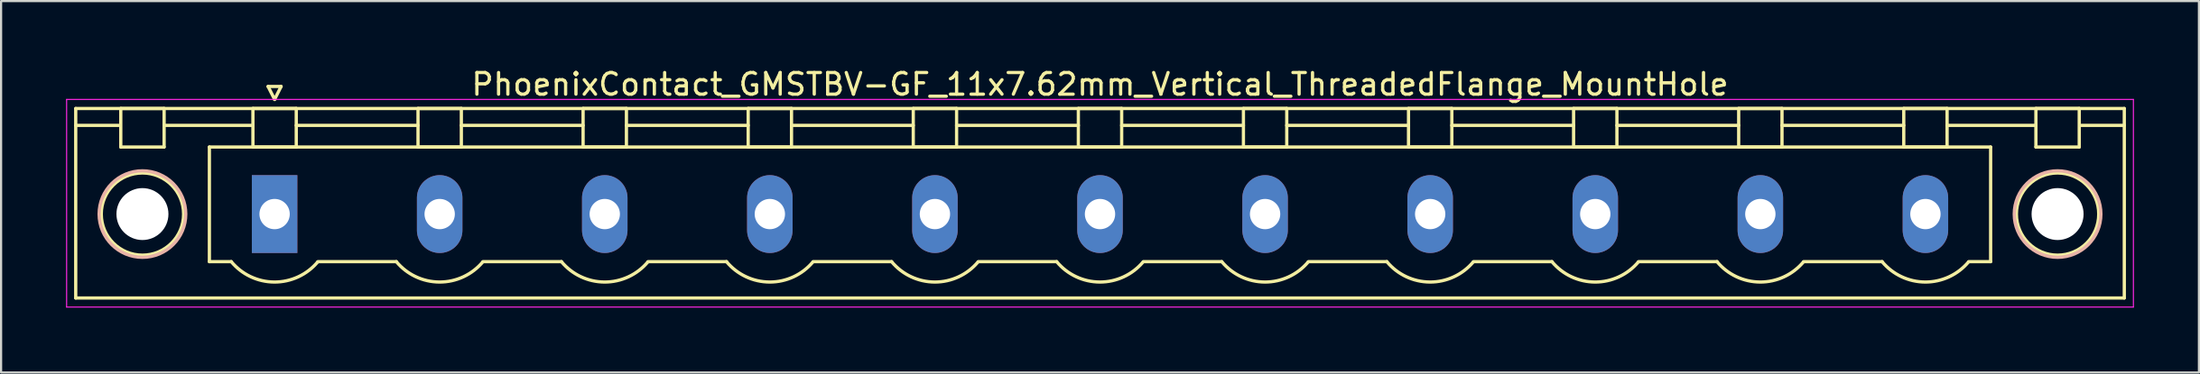
<source format=kicad_pcb>
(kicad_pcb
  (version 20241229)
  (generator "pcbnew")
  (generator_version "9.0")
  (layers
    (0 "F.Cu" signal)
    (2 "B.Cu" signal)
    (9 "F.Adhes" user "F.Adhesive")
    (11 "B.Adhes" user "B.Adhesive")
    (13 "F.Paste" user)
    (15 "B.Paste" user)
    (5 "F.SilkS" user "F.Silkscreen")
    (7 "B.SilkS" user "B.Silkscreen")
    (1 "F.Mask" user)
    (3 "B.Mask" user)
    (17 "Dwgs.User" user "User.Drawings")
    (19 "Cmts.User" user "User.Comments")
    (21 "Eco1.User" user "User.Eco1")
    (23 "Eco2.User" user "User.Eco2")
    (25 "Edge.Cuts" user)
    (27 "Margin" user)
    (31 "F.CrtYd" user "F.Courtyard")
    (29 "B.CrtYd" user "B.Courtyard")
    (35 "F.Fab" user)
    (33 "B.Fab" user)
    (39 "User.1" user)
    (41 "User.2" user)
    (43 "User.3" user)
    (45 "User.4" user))
  (footprint "PhoenixContact_GMSTBV-GF_11x7.62mm_Vertical_ThreadedFlange_MountHole"
    (layer "F.Cu")
    (at 9.625 6.848)
    (property "Reference" "PhoenixContact_GMSTBV-GF_11x7.62mm_Vertical_ThreadedFlange_MountHole" (at 38.1 -6 0) (layer "F.SilkS") (effects (font (size 1 1) (thickness 0.15))))
    (attr through_hole)
    (fp_line (start -9.18 -4.88) (end -9.18 3.88) (stroke (width 0.15) (type solid)) (layer "F.SilkS"))
    (fp_line (start -9.18 -4.1) (end -7.18 -4.1) (stroke (width 0.15) (type solid)) (layer "F.SilkS"))
    (fp_line (start -9.18 3.88) (end 85.38 3.88) (stroke (width 0.15) (type solid)) (layer "F.SilkS"))
    (fp_line (start -7.1 -4.88) (end -5.1 -4.88) (stroke (width 0.15) (type solid)) (layer "F.SilkS"))
    (fp_line (start -7.1 -3.1) (end -7.1 -4.88) (stroke (width 0.15) (type solid)) (layer "F.SilkS"))
    (fp_line (start -5.1 -4.88) (end -5.1 -3.1) (stroke (width 0.15) (type solid)) (layer "F.SilkS"))
    (fp_line (start -5.1 -4.1) (end -1 -4.1) (stroke (width 0.15) (type solid)) (layer "F.SilkS"))
    (fp_line (start -5.1 -3.1) (end -7.1 -3.1) (stroke (width 0.15) (type solid)) (layer "F.SilkS"))
    (fp_line (start -3.01 -3.1) (end 79.21 -3.1) (stroke (width 0.15) (type solid)) (layer "F.SilkS"))
    (fp_line (start -3.01 2.2) (end -3.01 -3.1) (stroke (width 0.15) (type solid)) (layer "F.SilkS"))
    (fp_line (start -2 2.2) (end -3.01 2.2) (stroke (width 0.15) (type solid)) (layer "F.SilkS"))
    (fp_line (start -1 -4.88) (end 1 -4.88) (stroke (width 0.15) (type solid)) (layer "F.SilkS"))
    (fp_line (start -1 -3.1) (end -1 -4.88) (stroke (width 0.15) (type solid)) (layer "F.SilkS"))
    (fp_line (start -0.3 -5.9) (end 0 -5.3) (stroke (width 0.15) (type solid)) (layer "F.SilkS"))
    (fp_line (start 0 -5.3) (end 0.3 -5.9) (stroke (width 0.15) (type solid)) (layer "F.SilkS"))
    (fp_line (start 0.3 -5.9) (end -0.3 -5.9) (stroke (width 0.15) (type solid)) (layer "F.SilkS"))
    (fp_line (start 1 -4.88) (end 1 -3.1) (stroke (width 0.15) (type solid)) (layer "F.SilkS"))
    (fp_line (start 1 -4.1) (end 6.62 -4.1) (stroke (width 0.15) (type solid)) (layer "F.SilkS"))
    (fp_line (start 1 -3.1) (end -1 -3.1) (stroke (width 0.15) (type solid)) (layer "F.SilkS"))
    (fp_line (start 2 2.2) (end 5.62 2.2) (stroke (width 0.15) (type solid)) (layer "F.SilkS"))
    (fp_line (start 6.62 -4.88) (end 8.62 -4.88) (stroke (width 0.15) (type solid)) (layer "F.SilkS"))
    (fp_line (start 6.62 -3.1) (end 6.62 -4.88) (stroke (width 0.15) (type solid)) (layer "F.SilkS"))
    (fp_line (start 8.62 -4.88) (end 8.62 -3.1) (stroke (width 0.15) (type solid)) (layer "F.SilkS"))
    (fp_line (start 8.62 -4.1) (end 14.24 -4.1) (stroke (width 0.15) (type solid)) (layer "F.SilkS"))
    (fp_line (start 8.62 -3.1) (end 6.62 -3.1) (stroke (width 0.15) (type solid)) (layer "F.SilkS"))
    (fp_line (start 9.62 2.2) (end 13.24 2.2) (stroke (width 0.15) (type solid)) (layer "F.SilkS"))
    (fp_line (start 14.24 -4.88) (end 16.24 -4.88) (stroke (width 0.15) (type solid)) (layer "F.SilkS"))
    (fp_line (start 14.24 -3.1) (end 14.24 -4.88) (stroke (width 0.15) (type solid)) (layer "F.SilkS"))
    (fp_line (start 16.24 -4.88) (end 16.24 -3.1) (stroke (width 0.15) (type solid)) (layer "F.SilkS"))
    (fp_line (start 16.24 -4.1) (end 21.86 -4.1) (stroke (width 0.15) (type solid)) (layer "F.SilkS"))
    (fp_line (start 16.24 -3.1) (end 14.24 -3.1) (stroke (width 0.15) (type solid)) (layer "F.SilkS"))
    (fp_line (start 17.24 2.2) (end 20.86 2.2) (stroke (width 0.15) (type solid)) (layer "F.SilkS"))
    (fp_line (start 21.86 -4.88) (end 23.86 -4.88) (stroke (width 0.15) (type solid)) (layer "F.SilkS"))
    (fp_line (start 21.86 -3.1) (end 21.86 -4.88) (stroke (width 0.15) (type solid)) (layer "F.SilkS"))
    (fp_line (start 23.86 -4.88) (end 23.86 -3.1) (stroke (width 0.15) (type solid)) (layer "F.SilkS"))
    (fp_line (start 23.86 -4.1) (end 29.48 -4.1) (stroke (width 0.15) (type solid)) (layer "F.SilkS"))
    (fp_line (start 23.86 -3.1) (end 21.86 -3.1) (stroke (width 0.15) (type solid)) (layer "F.SilkS"))
    (fp_line (start 24.86 2.2) (end 28.48 2.2) (stroke (width 0.15) (type solid)) (layer "F.SilkS"))
    (fp_line (start 29.48 -4.88) (end 31.48 -4.88) (stroke (width 0.15) (type solid)) (layer "F.SilkS"))
    (fp_line (start 29.48 -3.1) (end 29.48 -4.88) (stroke (width 0.15) (type solid)) (layer "F.SilkS"))
    (fp_line (start 31.48 -4.88) (end 31.48 -3.1) (stroke (width 0.15) (type solid)) (layer "F.SilkS"))
    (fp_line (start 31.48 -4.1) (end 37.1 -4.1) (stroke (width 0.15) (type solid)) (layer "F.SilkS"))
    (fp_line (start 31.48 -3.1) (end 29.48 -3.1) (stroke (width 0.15) (type solid)) (layer "F.SilkS"))
    (fp_line (start 32.48 2.2) (end 36.1 2.2) (stroke (width 0.15) (type solid)) (layer "F.SilkS"))
    (fp_line (start 37.1 -4.88) (end 39.1 -4.88) (stroke (width 0.15) (type solid)) (layer "F.SilkS"))
    (fp_line (start 37.1 -3.1) (end 37.1 -4.88) (stroke (width 0.15) (type solid)) (layer "F.SilkS"))
    (fp_line (start 39.1 -4.88) (end 39.1 -3.1) (stroke (width 0.15) (type solid)) (layer "F.SilkS"))
    (fp_line (start 39.1 -4.1) (end 44.72 -4.1) (stroke (width 0.15) (type solid)) (layer "F.SilkS"))
    (fp_line (start 39.1 -3.1) (end 37.1 -3.1) (stroke (width 0.15) (type solid)) (layer "F.SilkS"))
    (fp_line (start 40.1 2.2) (end 43.72 2.2) (stroke (width 0.15) (type solid)) (layer "F.SilkS"))
    (fp_line (start 44.72 -4.88) (end 46.72 -4.88) (stroke (width 0.15) (type solid)) (layer "F.SilkS"))
    (fp_line (start 44.72 -3.1) (end 44.72 -4.88) (stroke (width 0.15) (type solid)) (layer "F.SilkS"))
    (fp_line (start 46.72 -4.88) (end 46.72 -3.1) (stroke (width 0.15) (type solid)) (layer "F.SilkS"))
    (fp_line (start 46.72 -4.1) (end 52.34 -4.1) (stroke (width 0.15) (type solid)) (layer "F.SilkS"))
    (fp_line (start 46.72 -3.1) (end 44.72 -3.1) (stroke (width 0.15) (type solid)) (layer "F.SilkS"))
    (fp_line (start 47.72 2.2) (end 51.34 2.2) (stroke (width 0.15) (type solid)) (layer "F.SilkS"))
    (fp_line (start 52.34 -4.88) (end 54.34 -4.88) (stroke (width 0.15) (type solid)) (layer "F.SilkS"))
    (fp_line (start 52.34 -3.1) (end 52.34 -4.88) (stroke (width 0.15) (type solid)) (layer "F.SilkS"))
    (fp_line (start 54.34 -4.88) (end 54.34 -3.1) (stroke (width 0.15) (type solid)) (layer "F.SilkS"))
    (fp_line (start 54.34 -4.1) (end 59.96 -4.1) (stroke (width 0.15) (type solid)) (layer "F.SilkS"))
    (fp_line (start 54.34 -3.1) (end 52.34 -3.1) (stroke (width 0.15) (type solid)) (layer "F.SilkS"))
    (fp_line (start 55.34 2.2) (end 58.96 2.2) (stroke (width 0.15) (type solid)) (layer "F.SilkS"))
    (fp_line (start 59.96 -4.88) (end 61.96 -4.88) (stroke (width 0.15) (type solid)) (layer "F.SilkS"))
    (fp_line (start 59.96 -3.1) (end 59.96 -4.88) (stroke (width 0.15) (type solid)) (layer "F.SilkS"))
    (fp_line (start 61.96 -4.88) (end 61.96 -3.1) (stroke (width 0.15) (type solid)) (layer "F.SilkS"))
    (fp_line (start 61.96 -4.1) (end 67.58 -4.1) (stroke (width 0.15) (type solid)) (layer "F.SilkS"))
    (fp_line (start 61.96 -3.1) (end 59.96 -3.1) (stroke (width 0.15) (type solid)) (layer "F.SilkS"))
    (fp_line (start 62.96 2.2) (end 66.58 2.2) (stroke (width 0.15) (type solid)) (layer "F.SilkS"))
    (fp_line (start 67.58 -4.88) (end 69.58 -4.88) (stroke (width 0.15) (type solid)) (layer "F.SilkS"))
    (fp_line (start 67.58 -3.1) (end 67.58 -4.88) (stroke (width 0.15) (type solid)) (layer "F.SilkS"))
    (fp_line (start 69.58 -4.88) (end 69.58 -3.1) (stroke (width 0.15) (type solid)) (layer "F.SilkS"))
    (fp_line (start 69.58 -4.1) (end 75.2 -4.1) (stroke (width 0.15) (type solid)) (layer "F.SilkS"))
    (fp_line (start 69.58 -3.1) (end 67.58 -3.1) (stroke (width 0.15) (type solid)) (layer "F.SilkS"))
    (fp_line (start 70.58 2.2) (end 74.2 2.2) (stroke (width 0.15) (type solid)) (layer "F.SilkS"))
    (fp_line (start 75.2 -4.88) (end 77.2 -4.88) (stroke (width 0.15) (type solid)) (layer "F.SilkS"))
    (fp_line (start 75.2 -3.1) (end 75.2 -4.88) (stroke (width 0.15) (type solid)) (layer "F.SilkS"))
    (fp_line (start 77.2 -4.88) (end 77.2 -3.1) (stroke (width 0.15) (type solid)) (layer "F.SilkS"))
    (fp_line (start 77.2 -4.1) (end 81.3 -4.1) (stroke (width 0.15) (type solid)) (layer "F.SilkS"))
    (fp_line (start 77.2 -3.1) (end 75.2 -3.1) (stroke (width 0.15) (type solid)) (layer "F.SilkS"))
    (fp_line (start 79.21 -3.1) (end 79.21 2.2) (stroke (width 0.15) (type solid)) (layer "F.SilkS"))
    (fp_line (start 79.21 2.2) (end 78.2 2.2) (stroke (width 0.15) (type solid)) (layer "F.SilkS"))
    (fp_line (start 81.3 -4.88) (end 83.3 -4.88) (stroke (width 0.15) (type solid)) (layer "F.SilkS"))
    (fp_line (start 81.3 -3.1) (end 81.3 -4.88) (stroke (width 0.15) (type solid)) (layer "F.SilkS"))
    (fp_line (start 83.3 -4.88) (end 83.3 -3.1) (stroke (width 0.15) (type solid)) (layer "F.SilkS"))
    (fp_line (start 83.3 -3.1) (end 81.3 -3.1) (stroke (width 0.15) (type solid)) (layer "F.SilkS"))
    (fp_line (start 85.38 -4.88) (end -9.18 -4.88) (stroke (width 0.15) (type solid)) (layer "F.SilkS"))
    (fp_line (start 85.38 -4.1) (end 83.38 -4.1) (stroke (width 0.15) (type solid)) (layer "F.SilkS"))
    (fp_line (start 85.38 3.88) (end 85.38 -4.88) (stroke (width 0.15) (type solid)) (layer "F.SilkS"))
    (fp_arc (start 1.986842 2.215821) (mid -0.010289 3.142758) (end -2 2.2) (stroke (width 0.15) (type solid)) (layer "F.SilkS"))
    (fp_arc (start 9.606842 2.215821) (mid 7.609711 3.142758) (end 5.62 2.2) (stroke (width 0.15) (type solid)) (layer "F.SilkS"))
    (fp_arc (start 17.226842 2.215821) (mid 15.229711 3.142758) (end 13.24 2.2) (stroke (width 0.15) (type solid)) (layer "F.SilkS"))
    (fp_arc (start 24.846842 2.215821) (mid 22.849711 3.142758) (end 20.86 2.2) (stroke (width 0.15) (type solid)) (layer "F.SilkS"))
    (fp_arc (start 32.466842 2.215821) (mid 30.469711 3.142758) (end 28.48 2.2) (stroke (width 0.15) (type solid)) (layer "F.SilkS"))
    (fp_arc (start 40.086842 2.215821) (mid 38.089711 3.142758) (end 36.1 2.2) (stroke (width 0.15) (type solid)) (layer "F.SilkS"))
    (fp_arc (start 47.706842 2.215821) (mid 45.709711 3.142758) (end 43.72 2.2) (stroke (width 0.15) (type solid)) (layer "F.SilkS"))
    (fp_arc (start 55.326842 2.215821) (mid 53.329711 3.142758) (end 51.34 2.2) (stroke (width 0.15) (type solid)) (layer "F.SilkS"))
    (fp_arc (start 62.946842 2.215821) (mid 60.949711 3.142758) (end 58.96 2.2) (stroke (width 0.15) (type solid)) (layer "F.SilkS"))
    (fp_arc (start 70.566842 2.215821) (mid 68.569711 3.142758) (end 66.58 2.2) (stroke (width 0.15) (type solid)) (layer "F.SilkS"))
    (fp_arc (start 78.186842 2.215821) (mid 76.189711 3.142758) (end 74.2 2.2) (stroke (width 0.15) (type solid)) (layer "F.SilkS"))
    (fp_circle (center -6.1 0) (end -4.2 0) (stroke (width 0.15) (type solid)) (fill no) (layer "F.SilkS"))
    (fp_circle (center 82.3 0) (end 84.2 0) (stroke (width 0.15) (type solid)) (fill no) (layer "F.SilkS"))
    (fp_circle (center -6.1 0) (end -4.1 0) (stroke (width 0.15) (type solid)) (fill no) (layer "B.SilkS"))
    (fp_circle (center 82.3 0) (end 84.3 0) (stroke (width 0.15) (type solid)) (fill no) (layer "B.SilkS"))
    (fp_line (start -9.6 -5.3) (end -9.6 4.3) (stroke (width 0.05) (type solid)) (layer "F.CrtYd"))
    (fp_line (start -9.6 4.3) (end 85.8 4.3) (stroke (width 0.05) (type solid)) (layer "F.CrtYd"))
    (fp_line (start 85.8 -5.3) (end -9.6 -5.3) (stroke (width 0.05) (type solid)) (layer "F.CrtYd"))
    (fp_line (start 85.8 4.3) (end 85.8 -5.3) (stroke (width 0.05) (type solid)) (layer "F.CrtYd"))
    (pad "" np_thru_hole circle (at -6.1 0) (size 2.4 2.4) (drill 2.4) (layers "*.Cu" "*.Mask"))
    (pad "" np_thru_hole circle (at 82.3 0) (size 2.4 2.4) (drill 2.4) (layers "*.Cu" "*.Mask"))
    (pad "1" thru_hole rect (at 0 0) (size 2.1 3.6) (drill 1.4) (layers "*.Cu" "*.Mask"))
    (pad "2" thru_hole oval (at 7.62 0) (size 2.1 3.6) (drill 1.4) (layers "*.Cu" "*.Mask"))
    (pad "3" thru_hole oval (at 15.24 0) (size 2.1 3.6) (drill 1.4) (layers "*.Cu" "*.Mask"))
    (pad "4" thru_hole oval (at 22.86 0) (size 2.1 3.6) (drill 1.4) (layers "*.Cu" "*.Mask"))
    (pad "5" thru_hole oval (at 30.48 0) (size 2.1 3.6) (drill 1.4) (layers "*.Cu" "*.Mask"))
    (pad "6" thru_hole oval (at 38.1 0) (size 2.1 3.6) (drill 1.4) (layers "*.Cu" "*.Mask"))
    (pad "7" thru_hole oval (at 45.72 0) (size 2.1 3.6) (drill 1.4) (layers "*.Cu" "*.Mask"))
    (pad "8" thru_hole oval (at 53.34 0) (size 2.1 3.6) (drill 1.4) (layers "*.Cu" "*.Mask"))
    (pad "9" thru_hole oval (at 60.96 0) (size 2.1 3.6) (drill 1.4) (layers "*.Cu" "*.Mask"))
    (pad "10" thru_hole oval (at 68.58 0) (size 2.1 3.6) (drill 1.4) (layers "*.Cu" "*.Mask"))
    (pad "11" thru_hole oval (at 76.2 0) (size 2.1 3.6) (drill 1.4) (layers "*.Cu" "*.Mask")))
  (gr_rect
    (start -3 -3)
    (end 98.45 14.173)
    (stroke (width 0.1) (type default))
    (fill no)
    (layer "Edge.Cuts")))
</source>
